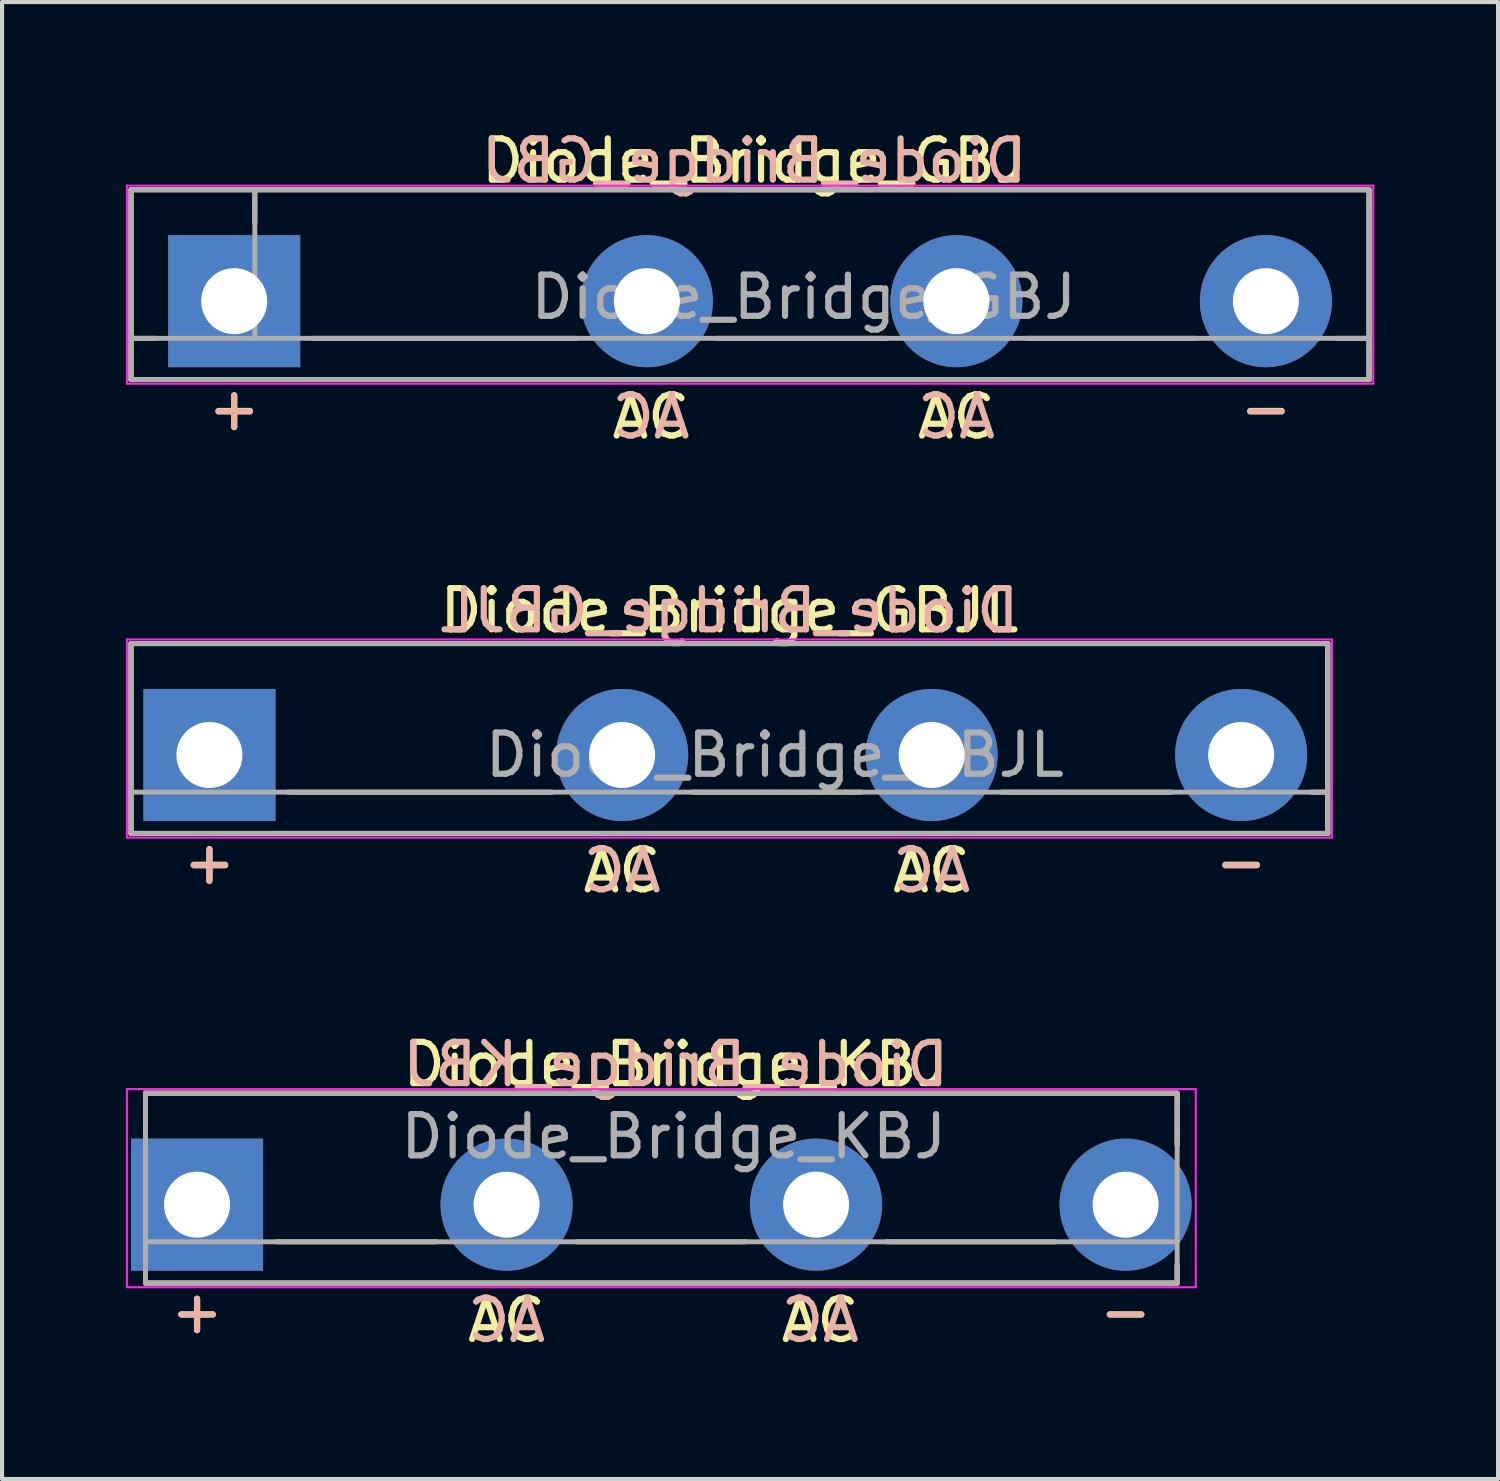
<source format=kicad_pcb>
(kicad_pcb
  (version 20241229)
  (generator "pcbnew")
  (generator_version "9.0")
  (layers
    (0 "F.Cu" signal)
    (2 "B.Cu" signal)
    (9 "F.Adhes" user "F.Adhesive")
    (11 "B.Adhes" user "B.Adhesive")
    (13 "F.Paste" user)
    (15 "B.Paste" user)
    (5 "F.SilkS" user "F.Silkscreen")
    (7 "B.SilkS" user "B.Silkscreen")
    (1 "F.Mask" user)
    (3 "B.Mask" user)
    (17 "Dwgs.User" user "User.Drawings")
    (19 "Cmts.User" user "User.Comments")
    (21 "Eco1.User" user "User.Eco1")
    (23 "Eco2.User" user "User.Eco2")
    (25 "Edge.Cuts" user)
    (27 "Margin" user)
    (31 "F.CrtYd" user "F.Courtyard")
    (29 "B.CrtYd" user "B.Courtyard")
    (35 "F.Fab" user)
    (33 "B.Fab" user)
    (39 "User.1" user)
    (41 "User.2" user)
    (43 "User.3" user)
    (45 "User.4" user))
  (footprint "Diode_Bridge_KBJ"
    (layer "F.Cu")
    (at 1.725 26.141)
    (property "Reference" "Diode_Bridge_KBJ" (at 11.6 -3.4 0) (layer "F.SilkS") (effects (font (size 1 1) (thickness 0.15))))
    (fp_line (start -1.25 -2.7) (end -1.25 -1.9) (stroke (width 0.12) (type solid)) (layer "F.SilkS"))
    (fp_line (start -1.25 -2.7) (end 23.75 -2.7) (stroke (width 0.12) (type solid)) (layer "F.SilkS"))
    (fp_line (start 1.95 0.9) (end 5.8 0.9) (stroke (width 0.12) (type solid)) (layer "F.SilkS"))
    (fp_line (start 9.2 0.9) (end 13.3 0.9) (stroke (width 0.12) (type solid)) (layer "F.SilkS"))
    (fp_line (start 16.7 0.9) (end 20.8 0.9) (stroke (width 0.12) (type solid)) (layer "F.SilkS"))
    (fp_line (start 23.75 -2.7) (end 23.75 -1.45) (stroke (width 0.12) (type solid)) (layer "F.SilkS"))
    (fp_line (start 23.75 1.45) (end 23.75 1.9) (stroke (width 0.12) (type solid)) (layer "F.SilkS"))
    (fp_line (start 23.75 1.9) (end -1.25 1.9) (stroke (width 0.12) (type solid)) (layer "F.SilkS"))
    (fp_line (start -1.25 -2.7) (end -1.25 -1.9) (stroke (width 0.12) (type solid)) (layer "B.SilkS"))
    (fp_line (start -1.25 -2.7) (end 23.75 -2.7) (stroke (width 0.12) (type solid)) (layer "B.SilkS"))
    (fp_line (start 23.75 -2.7) (end 23.75 -1.45) (stroke (width 0.12) (type solid)) (layer "B.SilkS"))
    (fp_line (start 23.75 1.45) (end 23.75 1.9) (stroke (width 0.12) (type solid)) (layer "B.SilkS"))
    (fp_line (start 23.75 1.9) (end -1.25 1.9) (stroke (width 0.12) (type solid)) (layer "B.SilkS"))
    (fp_line (start -1.7 -2.8) (end -1.7 2) (stroke (width 0.05) (type solid)) (layer "F.CrtYd"))
    (fp_line (start -1.7 2) (end 24.2 2) (stroke (width 0.05) (type solid)) (layer "F.CrtYd"))
    (fp_line (start 24.2 -2.8) (end -1.7 -2.8) (stroke (width 0.05) (type solid)) (layer "F.CrtYd"))
    (fp_line (start 24.2 2) (end 24.2 -2.8) (stroke (width 0.05) (type solid)) (layer "F.CrtYd"))
    (fp_line (start -1.25 -2.7) (end -1.25 1.9) (stroke (width 0.12) (type solid)) (layer "F.Fab"))
    (fp_line (start -1.25 0.9) (end 23.75 0.9) (stroke (width 0.12) (type solid)) (layer "F.Fab"))
    (fp_line (start -1.25 1.9) (end 23.75 1.9) (stroke (width 0.12) (type solid)) (layer "F.Fab"))
    (fp_line (start 23.75 -2.7) (end -1.25 -2.7) (stroke (width 0.12) (type solid)) (layer "F.Fab"))
    (fp_line (start 23.75 1.9) (end 23.75 -2.7) (stroke (width 0.12) (type solid)) (layer "F.Fab"))
    (fp_text user "AC" (at 7.5 2.8 0) (layer "F.SilkS") (effects (font (size 1 1) (thickness 0.15))))
    (fp_text user "AC" (at 15.1 2.8 0) (layer "F.SilkS") (effects (font (size 1 1) (thickness 0.15))))
    (fp_text user "-" (at 22.5 2.586 0) (layer "F.SilkS") (effects (font (size 1 1) (thickness 0.15))))
    (fp_text user "+" (at 0 2.586 0) (layer "F.SilkS") (effects (font (size 1 1) (thickness 0.15))))
    (fp_text user "${REFERENCE}" (at 11.6 -3.4 0) (layer "B.SilkS") (effects (font (size 1 1) (thickness 0.15)) (justify mirror)))
    (fp_text user "AC" (at 15.1 2.8 0) (layer "B.SilkS") (effects (font (size 1 1) (thickness 0.15)) (justify mirror)))
    (fp_text user "AC" (at 7.5 2.8 0) (layer "B.SilkS") (effects (font (size 1 1) (thickness 0.15)) (justify mirror)))
    (fp_text user "-" (at 22.5 2.586 0) (layer "B.SilkS") (effects (font (size 1 1) (thickness 0.15)) (justify mirror)))
    (fp_text user "+" (at 0 2.586 0) (layer "B.SilkS") (effects (font (size 1 1) (thickness 0.15)) (justify mirror)))
    (fp_text user "${REFERENCE}" (at 11.55 -1.65 0) (layer "F.Fab") (effects (font (size 1 1) (thickness 0.15))))
    (pad "1" thru_hole rect (at 0 0 180) (size 3.2 3.2) (drill 1.6) (layers "*.Cu" "*.Mask"))
    (pad "2" thru_hole circle (at 7.5 0 180) (size 3.2 3.2) (drill 1.6) (layers "*.Cu" "*.Mask"))
    (pad "3" thru_hole circle (at 15 0 180) (size 3.2 3.2) (drill 1.6) (layers "*.Cu" "*.Mask"))
    (pad "4" thru_hole circle (at 22.5 0 180) (size 3.2 3.2) (drill 1.6) (layers "*.Cu" "*.Mask")))
  (footprint "Diode_Bridge_GBJ"
    (layer "F.Cu")
    (at 2.625 4.248)
    (property "Reference" "Diode_Bridge_GBJ" (at 12.6 -3.4 0) (layer "F.SilkS") (effects (font (size 1 1) (thickness 0.15))))
    (fp_line (start -2.5 -2.7) (end -2.5 1.9) (stroke (width 0.12) (type solid)) (layer "F.SilkS"))
    (fp_line (start -2.5 -2.7) (end 27.5 -2.7) (stroke (width 0.12) (type solid)) (layer "F.SilkS"))
    (fp_line (start -1.9 0.9) (end -2.5 0.9) (stroke (width 0.12) (type solid)) (layer "F.SilkS"))
    (fp_line (start 0.5 -2.7) (end 0.5 -1.9) (stroke (width 0.12) (type solid)) (layer "F.SilkS"))
    (fp_line (start 8.3 0.9) (end 1.9 0.9) (stroke (width 0.12) (type solid)) (layer "F.SilkS"))
    (fp_line (start 15.8 0.9) (end 11.7 0.9) (stroke (width 0.12) (type solid)) (layer "F.SilkS"))
    (fp_line (start 23.3 0.9) (end 19.2 0.9) (stroke (width 0.12) (type solid)) (layer "F.SilkS"))
    (fp_line (start 27.5 -2.7) (end 27.5 1.9) (stroke (width 0.12) (type solid)) (layer "F.SilkS"))
    (fp_line (start 27.5 0.9) (end 26.7 0.9) (stroke (width 0.12) (type solid)) (layer "F.SilkS"))
    (fp_line (start 27.5 1.9) (end -2.5 1.9) (stroke (width 0.12) (type solid)) (layer "F.SilkS"))
    (fp_line (start -2.5 -2.7) (end -2.5 1.9) (stroke (width 0.12) (type solid)) (layer "B.SilkS"))
    (fp_line (start -2.5 1.9) (end 27.5 1.9) (stroke (width 0.12) (type solid)) (layer "B.SilkS"))
    (fp_line (start 27.5 -2.7) (end -2.5 -2.7) (stroke (width 0.12) (type solid)) (layer "B.SilkS"))
    (fp_line (start 27.5 -2.7) (end 27.5 1.9) (stroke (width 0.12) (type solid)) (layer "B.SilkS"))
    (fp_line (start -2.6 -2.8) (end -2.6 2) (stroke (width 0.05) (type solid)) (layer "F.CrtYd"))
    (fp_line (start -2.6 2) (end 27.6 2) (stroke (width 0.05) (type solid)) (layer "F.CrtYd"))
    (fp_line (start 27.6 -2.8) (end -2.6 -2.8) (stroke (width 0.05) (type solid)) (layer "F.CrtYd"))
    (fp_line (start 27.6 2) (end 27.6 -2.8) (stroke (width 0.05) (type solid)) (layer "F.CrtYd"))
    (fp_line (start -2.5 -2.7) (end 27.5 -2.7) (stroke (width 0.12) (type solid)) (layer "F.Fab"))
    (fp_line (start -2.5 0.9) (end 27.5 0.9) (stroke (width 0.12) (type solid)) (layer "F.Fab"))
    (fp_line (start -2.5 1.9) (end -2.5 -2.7) (stroke (width 0.12) (type solid)) (layer "F.Fab"))
    (fp_line (start 0.5 -2.7) (end 0.5 0.9) (stroke (width 0.12) (type solid)) (layer "F.Fab"))
    (fp_line (start 12.1 -2.7) (end 15.4 -2.7) (stroke (width 0.12) (type solid)) (layer "F.Fab"))
    (fp_line (start 27.5 -2.7) (end 27.5 1.9) (stroke (width 0.12) (type solid)) (layer "F.Fab"))
    (fp_line (start 27.5 1.9) (end -2.5 1.9) (stroke (width 0.12) (type solid)) (layer "F.Fab"))
    (fp_text user "AC" (at 17.5 2.8 0) (layer "F.SilkS") (effects (font (size 1 1) (thickness 0.15))))
    (fp_text user "+" (at 0 2.586 0) (layer "F.SilkS") (effects (font (size 1 1) (thickness 0.15))))
    (fp_text user "-" (at 25 2.586 0) (layer "F.SilkS") (effects (font (size 1 1) (thickness 0.15))))
    (fp_text user "AC" (at 10.1 2.8 0) (layer "F.SilkS") (effects (font (size 1 1) (thickness 0.15))))
    (fp_text user "${REFERENCE}" (at 12.6 -3.4 0) (layer "B.SilkS") (effects (font (size 1 1) (thickness 0.15)) (justify mirror)))
    (fp_text user "AC" (at 10.1 2.8 0) (layer "B.SilkS") (effects (font (size 1 1) (thickness 0.15)) (justify mirror)))
    (fp_text user "AC" (at 17.5 2.8 0) (layer "B.SilkS") (effects (font (size 1 1) (thickness 0.15)) (justify mirror)))
    (fp_text user "-" (at 25 2.6 0) (layer "B.SilkS") (effects (font (size 1 1) (thickness 0.15)) (justify mirror)))
    (fp_text user "+" (at 0 2.6 0) (layer "B.SilkS") (effects (font (size 1 1) (thickness 0.15)) (justify mirror)))
    (fp_text user "${REFERENCE}" (at 13.8 -0.1 0) (layer "F.Fab") (effects (font (size 1 1) (thickness 0.15))))
    (pad "1" thru_hole rect (at 0 0 180) (size 3.2 3.2) (drill 1.6) (layers "*.Cu" "*.Mask"))
    (pad "2" thru_hole circle (at 10 0 180) (size 3.2 3.2) (drill 1.6) (layers "*.Cu" "*.Mask"))
    (pad "3" thru_hole circle (at 17.5 0 180) (size 3.2 3.2) (drill 1.6) (layers "*.Cu" "*.Mask"))
    (pad "4" thru_hole circle (at 25 0 180) (size 3.2 3.2) (drill 1.6) (layers "*.Cu" "*.Mask")))
  (footprint "Diode_Bridge_GBJL"
    (layer "F.Cu")
    (at 2.025 15.245)
    (property "Reference" "Diode_Bridge_GBJL" (at 12.6 -3.5 0) (layer "F.SilkS") (effects (font (size 1 1) (thickness 0.15))))
    (fp_line (start -1.9 -2.7) (end 27.1 -2.7) (stroke (width 0.12) (type solid)) (layer "F.SilkS"))
    (fp_line (start -1.9 1.9) (end -1.9 -2.7) (stroke (width 0.12) (type solid)) (layer "F.SilkS"))
    (fp_line (start 1.9 0.9) (end 8.3 0.9) (stroke (width 0.12) (type solid)) (layer "F.SilkS"))
    (fp_line (start 11.7 0.9) (end 15.8 0.9) (stroke (width 0.12) (type solid)) (layer "F.SilkS"))
    (fp_line (start 19.2 0.9) (end 23.3 0.9) (stroke (width 0.12) (type solid)) (layer "F.SilkS"))
    (fp_line (start 27.1 -2.7) (end 27.1 1.9) (stroke (width 0.12) (type solid)) (layer "F.SilkS"))
    (fp_line (start 27.1 0.9) (end 26.7 0.9) (stroke (width 0.12) (type solid)) (layer "F.SilkS"))
    (fp_line (start 27.1 1.9) (end -1.9 1.9) (stroke (width 0.12) (type solid)) (layer "F.SilkS"))
    (fp_line (start -1.9 -2.7) (end -1.9 1.9) (stroke (width 0.12) (type solid)) (layer "B.SilkS"))
    (fp_line (start -1.9 1.9) (end 27.1 1.9) (stroke (width 0.12) (type solid)) (layer "B.SilkS"))
    (fp_line (start 27.1 -2.7) (end -1.9 -2.7) (stroke (width 0.12) (type solid)) (layer "B.SilkS"))
    (fp_line (start 27.1 1.9) (end 27.1 -2.7) (stroke (width 0.12) (type solid)) (layer "B.SilkS"))
    (fp_line (start -2 -2.8) (end 27.2 -2.8) (stroke (width 0.05) (type solid)) (layer "F.CrtYd"))
    (fp_line (start -2 2) (end -2 -2.8) (stroke (width 0.05) (type solid)) (layer "F.CrtYd"))
    (fp_line (start 27.2 -2.8) (end 27.2 2) (stroke (width 0.05) (type solid)) (layer "F.CrtYd"))
    (fp_line (start 27.2 2) (end -2 2) (stroke (width 0.05) (type solid)) (layer "F.CrtYd"))
    (fp_line (start -1.9 -2.7) (end -1.9 1.9) (stroke (width 0.12) (type solid)) (layer "F.Fab"))
    (fp_line (start -1.9 0.9) (end 27.1 0.9) (stroke (width 0.12) (type solid)) (layer "F.Fab"))
    (fp_line (start -1.9 1.9) (end 27.1 1.9) (stroke (width 0.12) (type solid)) (layer "F.Fab"))
    (fp_line (start 27.1 -2.7) (end -1.9 -2.7) (stroke (width 0.12) (type solid)) (layer "F.Fab"))
    (fp_line (start 27.1 1.9) (end 27.1 -2.7) (stroke (width 0.12) (type solid)) (layer "F.Fab"))
    (fp_text user "-" (at 25 2.586 0) (layer "F.SilkS") (effects (font (size 1 1) (thickness 0.15))))
    (fp_text user "+" (at 0 2.586 0) (layer "F.SilkS") (effects (font (size 1 1) (thickness 0.15))))
    (fp_text user "AC" (at 17.5 2.8 0) (layer "F.SilkS") (effects (font (size 1 1) (thickness 0.15))))
    (fp_text user "AC" (at 10 2.8 0) (layer "F.SilkS") (effects (font (size 1 1) (thickness 0.15))))
    (fp_text user "-" (at 25 2.6 0) (layer "B.SilkS") (effects (font (size 1 1) (thickness 0.15)) (justify mirror)))
    (fp_text user "${REFERENCE}" (at 12.6 -3.5 0) (layer "B.SilkS") (effects (font (size 1 1) (thickness 0.15)) (justify mirror)))
    (fp_text user "AC" (at 10 2.8 0) (layer "B.SilkS") (effects (font (size 1 1) (thickness 0.15)) (justify mirror)))
    (fp_text user "AC" (at 17.5 2.8 0) (layer "B.SilkS") (effects (font (size 1 1) (thickness 0.15)) (justify mirror)))
    (fp_text user "+" (at 0 2.6 0) (layer "B.SilkS") (effects (font (size 1 1) (thickness 0.15)) (justify mirror)))
    (fp_text user "${REFERENCE}" (at 13.7 0 0) (layer "F.Fab") (effects (font (size 1 1) (thickness 0.15))))
    (pad "1" thru_hole rect (at 0 0 180) (size 3.2 3.2) (drill 1.6) (layers "*.Cu" "*.Mask"))
    (pad "2" thru_hole circle (at 10 0 180) (size 3.2 3.2) (drill 1.6) (layers "*.Cu" "*.Mask"))
    (pad "3" thru_hole circle (at 17.5 0 180) (size 3.2 3.2) (drill 1.6) (layers "*.Cu" "*.Mask"))
    (pad "4" thru_hole circle (at 25 0 180) (size 3.2 3.2) (drill 1.6) (layers "*.Cu" "*.Mask")))
  (gr_rect
    (start -3 -3)
    (end 33.25 32.789)
    (stroke (width 0.1) (type default))
    (fill no)
    (layer "Edge.Cuts")))
</source>
